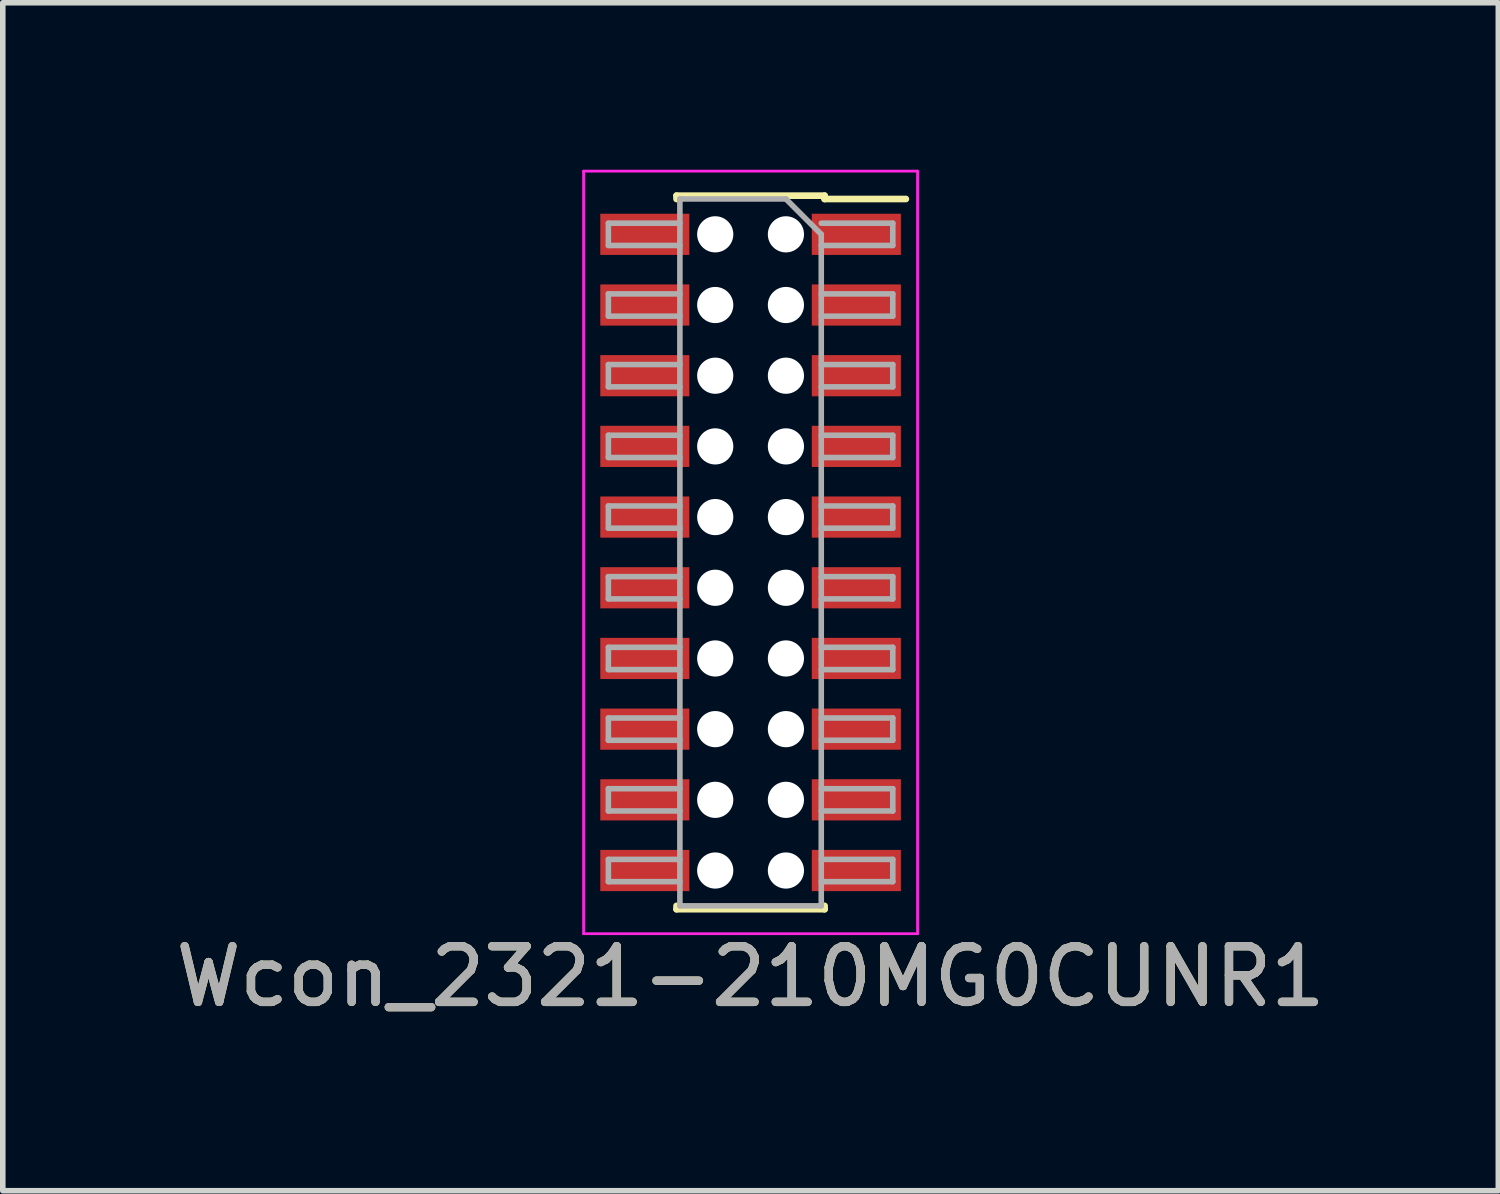
<source format=kicad_pcb>
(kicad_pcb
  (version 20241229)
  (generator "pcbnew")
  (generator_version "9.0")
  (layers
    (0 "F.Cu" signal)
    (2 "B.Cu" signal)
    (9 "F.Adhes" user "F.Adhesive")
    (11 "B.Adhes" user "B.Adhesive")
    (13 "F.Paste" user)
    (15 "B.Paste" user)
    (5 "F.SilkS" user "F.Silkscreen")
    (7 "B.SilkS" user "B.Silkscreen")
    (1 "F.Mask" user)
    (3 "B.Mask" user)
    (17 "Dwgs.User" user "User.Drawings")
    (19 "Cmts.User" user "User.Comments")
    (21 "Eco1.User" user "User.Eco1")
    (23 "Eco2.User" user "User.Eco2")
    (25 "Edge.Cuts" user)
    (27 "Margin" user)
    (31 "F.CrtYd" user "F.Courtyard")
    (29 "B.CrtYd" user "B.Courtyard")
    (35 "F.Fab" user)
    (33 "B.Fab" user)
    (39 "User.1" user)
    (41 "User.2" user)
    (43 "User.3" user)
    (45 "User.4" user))
  (footprint "Wcon_2321-210MG0CUNR1"
    (layer "F.Cu")
    (at 10.435 6.875)
    (property "Reference" "Wcon_2321-210MG0CUNR1" (at 0 7.62 0) (unlocked yes) (layer "F.SilkS") (effects (font (size 1 1) (thickness 0.15))))
    (attr smd)
    (fp_line (start -1.33 -6.41) (end -1.33 -6.35) (stroke (width 0.12) (type solid)) (layer "F.SilkS"))
    (fp_line (start -1.33 -6.41) (end 1.33 -6.41) (stroke (width 0.12) (type solid)) (layer "F.SilkS"))
    (fp_line (start -1.33 6.35) (end -1.33 6.41) (stroke (width 0.12) (type solid)) (layer "F.SilkS"))
    (fp_line (start -1.33 6.41) (end 1.33 6.41) (stroke (width 0.12) (type solid)) (layer "F.SilkS"))
    (fp_line (start 1.33 -6.41) (end 1.33 -6.35) (stroke (width 0.12) (type solid)) (layer "F.SilkS"))
    (fp_line (start 1.33 -6.35) (end 2.79 -6.35) (stroke (width 0.12) (type solid)) (layer "F.SilkS"))
    (fp_line (start 1.33 6.35) (end 1.33 6.41) (stroke (width 0.12) (type solid)) (layer "F.SilkS"))
    (fp_line (start -3 -6.85) (end 3 -6.85) (stroke (width 0.05) (type solid)) (layer "F.CrtYd"))
    (fp_line (start -3 6.85) (end -3 -6.85) (stroke (width 0.05) (type solid)) (layer "F.CrtYd"))
    (fp_line (start 3 -6.85) (end 3 6.85) (stroke (width 0.05) (type solid)) (layer "F.CrtYd"))
    (fp_line (start 3 6.85) (end -3 6.85) (stroke (width 0.05) (type solid)) (layer "F.CrtYd"))
    (fp_line (start -2.555 -5.915) (end -1.27 -5.915) (stroke (width 0.1) (type solid)) (layer "F.Fab"))
    (fp_line (start -2.555 -5.515) (end -2.555 -5.915) (stroke (width 0.1) (type solid)) (layer "F.Fab"))
    (fp_line (start -2.555 -4.645) (end -1.27 -4.645) (stroke (width 0.1) (type solid)) (layer "F.Fab"))
    (fp_line (start -2.555 -4.245) (end -2.555 -4.645) (stroke (width 0.1) (type solid)) (layer "F.Fab"))
    (fp_line (start -2.555 -3.375) (end -1.27 -3.375) (stroke (width 0.1) (type solid)) (layer "F.Fab"))
    (fp_line (start -2.555 -2.975) (end -2.555 -3.375) (stroke (width 0.1) (type solid)) (layer "F.Fab"))
    (fp_line (start -2.555 -2.105) (end -1.27 -2.105) (stroke (width 0.1) (type solid)) (layer "F.Fab"))
    (fp_line (start -2.555 -1.705) (end -2.555 -2.105) (stroke (width 0.1) (type solid)) (layer "F.Fab"))
    (fp_line (start -2.555 -0.835) (end -1.27 -0.835) (stroke (width 0.1) (type solid)) (layer "F.Fab"))
    (fp_line (start -2.555 -0.435) (end -2.555 -0.835) (stroke (width 0.1) (type solid)) (layer "F.Fab"))
    (fp_line (start -2.555 0.435) (end -1.27 0.435) (stroke (width 0.1) (type solid)) (layer "F.Fab"))
    (fp_line (start -2.555 0.835) (end -2.555 0.435) (stroke (width 0.1) (type solid)) (layer "F.Fab"))
    (fp_line (start -2.555 1.705) (end -1.27 1.705) (stroke (width 0.1) (type solid)) (layer "F.Fab"))
    (fp_line (start -2.555 2.105) (end -2.555 1.705) (stroke (width 0.1) (type solid)) (layer "F.Fab"))
    (fp_line (start -2.555 2.975) (end -1.27 2.975) (stroke (width 0.1) (type solid)) (layer "F.Fab"))
    (fp_line (start -2.555 3.375) (end -2.555 2.975) (stroke (width 0.1) (type solid)) (layer "F.Fab"))
    (fp_line (start -2.555 4.245) (end -1.27 4.245) (stroke (width 0.1) (type solid)) (layer "F.Fab"))
    (fp_line (start -2.555 4.645) (end -2.555 4.245) (stroke (width 0.1) (type solid)) (layer "F.Fab"))
    (fp_line (start -2.555 5.515) (end -1.27 5.515) (stroke (width 0.1) (type solid)) (layer "F.Fab"))
    (fp_line (start -2.555 5.915) (end -2.555 5.515) (stroke (width 0.1) (type solid)) (layer "F.Fab"))
    (fp_line (start -1.27 -6.35) (end 0.635 -6.35) (stroke (width 0.1) (type solid)) (layer "F.Fab"))
    (fp_line (start -1.27 -5.515) (end -2.555 -5.515) (stroke (width 0.1) (type solid)) (layer "F.Fab"))
    (fp_line (start -1.27 -4.245) (end -2.555 -4.245) (stroke (width 0.1) (type solid)) (layer "F.Fab"))
    (fp_line (start -1.27 -2.975) (end -2.555 -2.975) (stroke (width 0.1) (type solid)) (layer "F.Fab"))
    (fp_line (start -1.27 -1.705) (end -2.555 -1.705) (stroke (width 0.1) (type solid)) (layer "F.Fab"))
    (fp_line (start -1.27 -0.435) (end -2.555 -0.435) (stroke (width 0.1) (type solid)) (layer "F.Fab"))
    (fp_line (start -1.27 0.835) (end -2.555 0.835) (stroke (width 0.1) (type solid)) (layer "F.Fab"))
    (fp_line (start -1.27 2.105) (end -2.555 2.105) (stroke (width 0.1) (type solid)) (layer "F.Fab"))
    (fp_line (start -1.27 3.375) (end -2.555 3.375) (stroke (width 0.1) (type solid)) (layer "F.Fab"))
    (fp_line (start -1.27 4.645) (end -2.555 4.645) (stroke (width 0.1) (type solid)) (layer "F.Fab"))
    (fp_line (start -1.27 5.915) (end -2.555 5.915) (stroke (width 0.1) (type solid)) (layer "F.Fab"))
    (fp_line (start -1.27 6.35) (end -1.27 -6.35) (stroke (width 0.1) (type solid)) (layer "F.Fab"))
    (fp_line (start 0.635 -6.35) (end 1.27 -5.715) (stroke (width 0.1) (type solid)) (layer "F.Fab"))
    (fp_line (start 1.27 -5.915) (end 2.555 -5.915) (stroke (width 0.1) (type solid)) (layer "F.Fab"))
    (fp_line (start 1.27 -5.715) (end 1.27 6.35) (stroke (width 0.1) (type solid)) (layer "F.Fab"))
    (fp_line (start 1.27 -4.645) (end 2.555 -4.645) (stroke (width 0.1) (type solid)) (layer "F.Fab"))
    (fp_line (start 1.27 -3.375) (end 2.555 -3.375) (stroke (width 0.1) (type solid)) (layer "F.Fab"))
    (fp_line (start 1.27 -2.105) (end 2.555 -2.105) (stroke (width 0.1) (type solid)) (layer "F.Fab"))
    (fp_line (start 1.27 -0.835) (end 2.555 -0.835) (stroke (width 0.1) (type solid)) (layer "F.Fab"))
    (fp_line (start 1.27 0.435) (end 2.555 0.435) (stroke (width 0.1) (type solid)) (layer "F.Fab"))
    (fp_line (start 1.27 1.705) (end 2.555 1.705) (stroke (width 0.1) (type solid)) (layer "F.Fab"))
    (fp_line (start 1.27 2.975) (end 2.555 2.975) (stroke (width 0.1) (type solid)) (layer "F.Fab"))
    (fp_line (start 1.27 4.245) (end 2.555 4.245) (stroke (width 0.1) (type solid)) (layer "F.Fab"))
    (fp_line (start 1.27 5.515) (end 2.555 5.515) (stroke (width 0.1) (type solid)) (layer "F.Fab"))
    (fp_line (start 1.27 6.35) (end -1.27 6.35) (stroke (width 0.1) (type solid)) (layer "F.Fab"))
    (fp_line (start 2.555 -5.915) (end 2.555 -5.515) (stroke (width 0.1) (type solid)) (layer "F.Fab"))
    (fp_line (start 2.555 -5.515) (end 1.27 -5.515) (stroke (width 0.1) (type solid)) (layer "F.Fab"))
    (fp_line (start 2.555 -4.645) (end 2.555 -4.245) (stroke (width 0.1) (type solid)) (layer "F.Fab"))
    (fp_line (start 2.555 -4.245) (end 1.27 -4.245) (stroke (width 0.1) (type solid)) (layer "F.Fab"))
    (fp_line (start 2.555 -3.375) (end 2.555 -2.975) (stroke (width 0.1) (type solid)) (layer "F.Fab"))
    (fp_line (start 2.555 -2.975) (end 1.27 -2.975) (stroke (width 0.1) (type solid)) (layer "F.Fab"))
    (fp_line (start 2.555 -2.105) (end 2.555 -1.705) (stroke (width 0.1) (type solid)) (layer "F.Fab"))
    (fp_line (start 2.555 -1.705) (end 1.27 -1.705) (stroke (width 0.1) (type solid)) (layer "F.Fab"))
    (fp_line (start 2.555 -0.835) (end 2.555 -0.435) (stroke (width 0.1) (type solid)) (layer "F.Fab"))
    (fp_line (start 2.555 -0.435) (end 1.27 -0.435) (stroke (width 0.1) (type solid)) (layer "F.Fab"))
    (fp_line (start 2.555 0.435) (end 2.555 0.835) (stroke (width 0.1) (type solid)) (layer "F.Fab"))
    (fp_line (start 2.555 0.835) (end 1.27 0.835) (stroke (width 0.1) (type solid)) (layer "F.Fab"))
    (fp_line (start 2.555 1.705) (end 2.555 2.105) (stroke (width 0.1) (type solid)) (layer "F.Fab"))
    (fp_line (start 2.555 2.105) (end 1.27 2.105) (stroke (width 0.1) (type solid)) (layer "F.Fab"))
    (fp_line (start 2.555 2.975) (end 2.555 3.375) (stroke (width 0.1) (type solid)) (layer "F.Fab"))
    (fp_line (start 2.555 3.375) (end 1.27 3.375) (stroke (width 0.1) (type solid)) (layer "F.Fab"))
    (fp_line (start 2.555 4.245) (end 2.555 4.645) (stroke (width 0.1) (type solid)) (layer "F.Fab"))
    (fp_line (start 2.555 4.645) (end 1.27 4.645) (stroke (width 0.1) (type solid)) (layer "F.Fab"))
    (fp_line (start 2.555 5.515) (end 2.555 5.915) (stroke (width 0.1) (type solid)) (layer "F.Fab"))
    (fp_line (start 2.555 5.915) (end 1.27 5.915) (stroke (width 0.1) (type solid)) (layer "F.Fab"))
    (fp_text user "${REFERENCE}" (at 0 7.62 0) (unlocked yes) (layer "F.Fab") (effects (font (size 1 1) (thickness 0.15))))
    (pad "" np_thru_hole circle (at -0.635 -5.715) (size 0.65 0.65) (drill 0.65) (layers "*.Cu" "*.Mask"))
    (pad "" np_thru_hole circle (at -0.635 -4.445) (size 0.65 0.65) (drill 0.65) (layers "*.Cu" "*.Mask"))
    (pad "" np_thru_hole circle (at -0.635 -3.175) (size 0.65 0.65) (drill 0.65) (layers "*.Cu" "*.Mask"))
    (pad "" np_thru_hole circle (at -0.635 -1.905) (size 0.65 0.65) (drill 0.65) (layers "*.Cu" "*.Mask"))
    (pad "" np_thru_hole circle (at -0.635 -0.635) (size 0.65 0.65) (drill 0.65) (layers "*.Cu" "*.Mask"))
    (pad "" np_thru_hole circle (at -0.635 0.635) (size 0.65 0.65) (drill 0.65) (layers "*.Cu" "*.Mask"))
    (pad "" np_thru_hole circle (at -0.635 1.905) (size 0.65 0.65) (drill 0.65) (layers "*.Cu" "*.Mask"))
    (pad "" np_thru_hole circle (at -0.635 3.175) (size 0.65 0.65) (drill 0.65) (layers "*.Cu" "*.Mask"))
    (pad "" np_thru_hole circle (at -0.635 4.445) (size 0.65 0.65) (drill 0.65) (layers "*.Cu" "*.Mask"))
    (pad "" np_thru_hole circle (at -0.635 5.715) (size 0.65 0.65) (drill 0.65) (layers "*.Cu" "*.Mask"))
    (pad "" np_thru_hole circle (at 0.635 -5.715) (size 0.65 0.65) (drill 0.65) (layers "*.Cu" "*.Mask"))
    (pad "" np_thru_hole circle (at 0.635 -4.445) (size 0.65 0.65) (drill 0.65) (layers "*.Cu" "*.Mask"))
    (pad "" np_thru_hole circle (at 0.635 -3.175) (size 0.65 0.65) (drill 0.65) (layers "*.Cu" "*.Mask"))
    (pad "" np_thru_hole circle (at 0.635 -1.905) (size 0.65 0.65) (drill 0.65) (layers "*.Cu" "*.Mask"))
    (pad "" np_thru_hole circle (at 0.635 -0.635) (size 0.65 0.65) (drill 0.65) (layers "*.Cu" "*.Mask"))
    (pad "" np_thru_hole circle (at 0.635 0.635) (size 0.65 0.65) (drill 0.65) (layers "*.Cu" "*.Mask"))
    (pad "" np_thru_hole circle (at 0.635 1.905) (size 0.65 0.65) (drill 0.65) (layers "*.Cu" "*.Mask"))
    (pad "" np_thru_hole circle (at 0.635 3.175) (size 0.65 0.65) (drill 0.65) (layers "*.Cu" "*.Mask"))
    (pad "" np_thru_hole circle (at 0.635 4.445) (size 0.65 0.65) (drill 0.65) (layers "*.Cu" "*.Mask"))
    (pad "" np_thru_hole circle (at 0.635 5.715) (size 0.65 0.65) (drill 0.65) (layers "*.Cu" "*.Mask"))
    (pad "1" smd rect (at 1.9 -5.715) (size 1.6 0.74) (layers "F.Cu" "F.Mask" "F.Paste"))
    (pad "2" smd rect (at -1.9 -5.715) (size 1.6 0.74) (layers "F.Cu" "F.Mask" "F.Paste"))
    (pad "3" smd rect (at 1.9 -4.445) (size 1.6 0.74) (layers "F.Cu" "F.Mask" "F.Paste"))
    (pad "4" smd rect (at -1.9 -4.445) (size 1.6 0.74) (layers "F.Cu" "F.Mask" "F.Paste"))
    (pad "5" smd rect (at 1.9 -3.175) (size 1.6 0.74) (layers "F.Cu" "F.Mask" "F.Paste"))
    (pad "6" smd rect (at -1.9 -3.175) (size 1.6 0.74) (layers "F.Cu" "F.Mask" "F.Paste"))
    (pad "7" smd rect (at 1.9 -1.905) (size 1.6 0.74) (layers "F.Cu" "F.Mask" "F.Paste"))
    (pad "8" smd rect (at -1.9 -1.905) (size 1.6 0.74) (layers "F.Cu" "F.Mask" "F.Paste"))
    (pad "9" smd rect (at 1.9 -0.635) (size 1.6 0.74) (layers "F.Cu" "F.Mask" "F.Paste"))
    (pad "10" smd rect (at -1.9 -0.635) (size 1.6 0.74) (layers "F.Cu" "F.Mask" "F.Paste"))
    (pad "11" smd rect (at 1.9 0.635) (size 1.6 0.74) (layers "F.Cu" "F.Mask" "F.Paste"))
    (pad "12" smd rect (at -1.9 0.635) (size 1.6 0.74) (layers "F.Cu" "F.Mask" "F.Paste"))
    (pad "13" smd rect (at 1.9 1.905) (size 1.6 0.74) (layers "F.Cu" "F.Mask" "F.Paste"))
    (pad "14" smd rect (at -1.9 1.905) (size 1.6 0.74) (layers "F.Cu" "F.Mask" "F.Paste"))
    (pad "15" smd rect (at 1.9 3.175) (size 1.6 0.74) (layers "F.Cu" "F.Mask" "F.Paste"))
    (pad "16" smd rect (at -1.9 3.175) (size 1.6 0.74) (layers "F.Cu" "F.Mask" "F.Paste"))
    (pad "17" smd rect (at 1.9 4.445) (size 1.6 0.74) (layers "F.Cu" "F.Mask" "F.Paste"))
    (pad "18" smd rect (at -1.9 4.445) (size 1.6 0.74) (layers "F.Cu" "F.Mask" "F.Paste"))
    (pad "19" smd rect (at 1.9 5.715) (size 1.6 0.74) (layers "F.Cu" "F.Mask" "F.Paste"))
    (pad "20" smd rect (at -1.9 5.715) (size 1.6 0.74) (layers "F.Cu" "F.Mask" "F.Paste")))
  (gr_rect
    (start -3 -3)
    (end 23.869 18.343)
    (stroke (width 0.1) (type default))
    (fill no)
    (layer "Edge.Cuts")))
</source>
